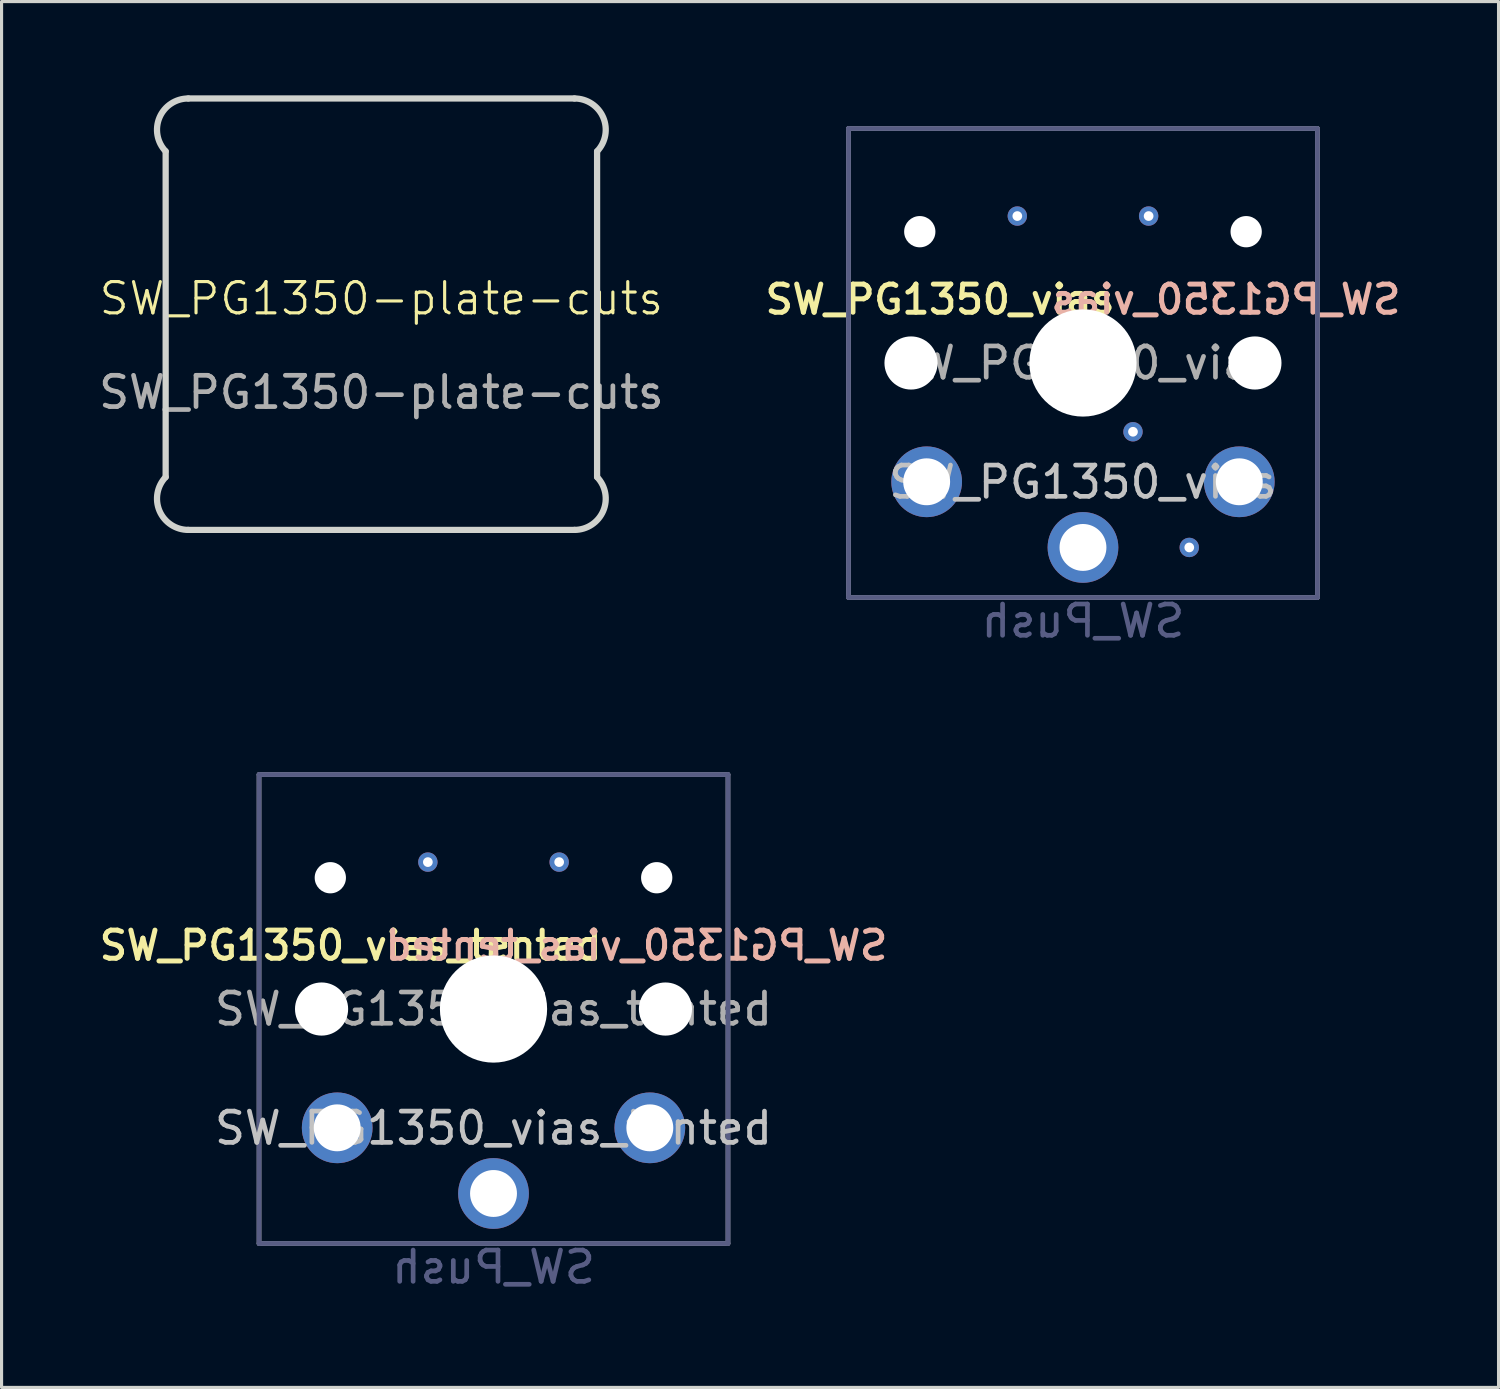
<source format=kicad_pcb>
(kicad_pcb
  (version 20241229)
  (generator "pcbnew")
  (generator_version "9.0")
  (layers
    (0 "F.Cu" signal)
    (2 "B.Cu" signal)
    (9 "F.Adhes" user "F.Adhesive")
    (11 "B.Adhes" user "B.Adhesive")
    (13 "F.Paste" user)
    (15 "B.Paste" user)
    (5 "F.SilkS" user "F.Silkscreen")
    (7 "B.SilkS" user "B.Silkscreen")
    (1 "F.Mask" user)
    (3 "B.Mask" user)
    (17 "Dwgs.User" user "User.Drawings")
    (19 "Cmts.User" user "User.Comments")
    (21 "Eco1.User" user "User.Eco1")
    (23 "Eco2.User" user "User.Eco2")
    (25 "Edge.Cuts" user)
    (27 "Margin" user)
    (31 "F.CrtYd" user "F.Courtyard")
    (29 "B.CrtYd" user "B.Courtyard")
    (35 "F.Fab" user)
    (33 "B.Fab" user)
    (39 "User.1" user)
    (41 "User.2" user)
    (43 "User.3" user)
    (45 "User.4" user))
  (footprint "SW_PG1350_vias_tented"
    (layer "F.Cu")
    (at 12.736 29.226)
    (property "Reference" "SW_PG1350_vias_tented" (at 0 3.81 180) (layer "Dwgs.User") (effects (font (size 1 1) (thickness 0.15))))
    (property "Value" "SW_Push" (at -0.07 8.17 180) (layer "Dwgs.User") (hide yes) (effects (font (size 1 1) (thickness 0.15))))
    (attr through_hole exclude_from_pos_files)
    (fp_line (start -9 8.136) (end -8.994 -8.1) (stroke (width 0.12) (type solid)) (layer "Eco1.User"))
    (fp_line (start -8.63 -8.5) (end 8.6 -8.5) (stroke (width 0.12) (type solid)) (layer "Eco1.User"))
    (fp_line (start -8.6 8.5) (end 8.636 8.5) (stroke (width 0.12) (type solid)) (layer "Eco1.User"))
    (fp_line (start -2.6 -3.1) (end -2.6 -6.3) (stroke (width 0.15) (type solid)) (layer "Eco1.User"))
    (fp_line (start -2.6 -3.1) (end 2.6 -3.1) (stroke (width 0.15) (type solid)) (layer "Eco1.User"))
    (fp_line (start 2.6 -6.3) (end -2.6 -6.3) (stroke (width 0.15) (type solid)) (layer "Eco1.User"))
    (fp_line (start 2.6 -3.1) (end 2.6 -6.3) (stroke (width 0.15) (type solid)) (layer "Eco1.User"))
    (fp_line (start 9 8.1) (end 9 -8.136) (stroke (width 0.12) (type solid)) (layer "Eco1.User"))
    (fp_arc (start -8.994011 -8.099594) (mid -8.898745 -8.378652) (end -8.63 -8.5) (stroke (width 0.12) (type solid)) (layer "Eco1.User"))
    (fp_arc (start -8.6 8.49968) (mid -8.879058 8.404414) (end -9.000406 8.135669) (stroke (width 0.12) (type solid)) (layer "Eco1.User"))
    (fp_arc (start 8.599915 -8.5) (mid 8.878978 -8.404734) (end 9.000321 -8.135989) (stroke (width 0.12) (type solid)) (layer "Eco1.User"))
    (fp_arc (start 9 8.1) (mid 8.904724 8.37905) (end 8.635989 8.500406) (stroke (width 0.12) (type solid)) (layer "Eco1.User"))
    (fp_line (start -7.5 -7.5) (end 7.5 -7.5) (stroke (width 0.15) (type solid)) (layer "B.Fab"))
    (fp_line (start -7.5 7.5) (end -7.5 -7.5) (stroke (width 0.15) (type solid)) (layer "B.Fab"))
    (fp_line (start 7.5 -7.5) (end 7.5 7.5) (stroke (width 0.15) (type solid)) (layer "B.Fab"))
    (fp_line (start 7.5 7.5) (end -7.5 7.5) (stroke (width 0.15) (type solid)) (layer "B.Fab"))
    (fp_line (start -7.5 -7.5) (end 7.5 -7.5) (stroke (width 0.15) (type solid)) (layer "F.Fab"))
    (fp_line (start -7.5 7.5) (end -7.5 -7.5) (stroke (width 0.15) (type solid)) (layer "F.Fab"))
    (fp_line (start 7.5 -7.5) (end 7.5 7.5) (stroke (width 0.15) (type solid)) (layer "F.Fab"))
    (fp_line (start 7.5 7.5) (end -7.5 7.5) (stroke (width 0.15) (type solid)) (layer "F.Fab"))
    (fp_line (start -6.9 6.9) (end -6.9 -6.9) (stroke (width 0.15) (type solid)) (layer "User.2"))
    (fp_line (start -6.9 6.9) (end 6.9 6.9) (stroke (width 0.15) (type solid)) (layer "User.2"))
    (fp_line (start -6.858 -6.858) (end -6.858 -4.826) (stroke (width 0.12) (type solid)) (layer "User.2"))
    (fp_line (start -6.858 -6.858) (end -4.826 -6.858) (stroke (width 0.12) (type solid)) (layer "User.2"))
    (fp_line (start 6.858 -6.858) (end 4.826 -6.858) (stroke (width 0.12) (type solid)) (layer "User.2"))
    (fp_line (start 6.858 -6.858) (end 6.858 -4.826) (stroke (width 0.12) (type solid)) (layer "User.2"))
    (fp_line (start 6.9 -6.9) (end -6.9 -6.9) (stroke (width 0.15) (type solid)) (layer "User.2"))
    (fp_line (start 6.9 -6.9) (end 6.9 6.9) (stroke (width 0.15) (type solid)) (layer "User.2"))
    (fp_text user "${REFERENCE}" (at -4.572 -2.032 0) (layer "F.SilkS") (effects (font (size 0.9 0.9) (thickness 0.16))))
    (fp_text user "${REFERENCE}" (at 4.572 -2.032 0) (layer "B.SilkS") (effects (font (size 0.9 0.9) (thickness 0.16)) (justify mirror)))
    (fp_text user "${VALUE}" (at 0 8.255 0) (layer "B.Fab") (effects (font (size 1 1) (thickness 0.15)) (justify mirror)))
    (fp_text user "${REFERENCE}" (at 0 0 180) (layer "F.Fab") (effects (font (size 1 1) (thickness 0.15))))
    (pad "" np_thru_hole circle (at -5.5 0) (size 1.7 1.7) (drill 1.7) (layers "*.Cu" "*.Mask"))
    (pad "" np_thru_hole circle (at -5.22 -4.2) (size 1 1) (drill 1) (layers "*.Cu" "*.Mask"))
    (pad "" np_thru_hole circle (at 0 0) (size 3.429 3.429) (drill 3.429) (layers "*.Cu" "*.Mask"))
    (pad "" np_thru_hole circle (at 5.22 -4.2) (size 1 1) (drill 1) (layers "*.Cu" "*.Mask"))
    (pad "" np_thru_hole circle (at 5.5 0) (size 1.7 1.7) (drill 1.7) (layers "*.Cu" "*.Mask"))
    (pad "1" thru_hole circle (at -5 3.8) (size 2.262 2.262) (drill 1.5) (layers "*.Cu" "*.Mask"))
    (pad "1" thru_hole circle (at 5 3.8) (size 2.262 2.262) (drill 1.5) (layers "*.Cu" "*.Mask"))
    (pad "2" thru_hole circle (at -2.1 -4.7) (size 0.62 0.62) (drill 0.31) (layers "*.Cu"))
    (pad "2" thru_hole circle (at 0 5.9) (size 2.262 2.262) (drill 1.5) (layers "*.Cu" "*.Mask"))
    (pad "3" thru_hole circle (at 2.1 -4.7) (size 0.62 0.62) (drill 0.31) (layers "*.Cu")))
  (footprint "SW_PG1350-plate-cuts"
    (layer "F.Cu")
    (at 9.149 7)
    (property "Reference" "SW_PG1350-plate-cuts" (at 0 -0.5 0) (unlocked yes) (layer "F.SilkS") (effects (font (size 1 1) (thickness 0.1))))
    (fp_line (start -6.9 5.209) (end -6.9 -5.209) (stroke (width 0.2) (type solid)) (layer "Edge.Cuts"))
    (fp_line (start -6.177 -6.9) (end 6.177 -6.9) (stroke (width 0.2) (type solid)) (layer "Edge.Cuts"))
    (fp_line (start 6.177 6.9) (end -6.177 6.9) (stroke (width 0.2) (type solid)) (layer "Edge.Cuts"))
    (fp_line (start 6.9 -5.209) (end 6.9 5.209) (stroke (width 0.2) (type solid)) (layer "Edge.Cuts"))
    (fp_arc (start -6.900001 -5.209287) (mid -7.096307 -6.293248) (end -6.176875 -6.900002) (stroke (width 0.2) (type solid)) (layer "Edge.Cuts"))
    (fp_arc (start -6.176874 6.899998) (mid -7.096307 6.293246) (end -6.900002 5.209284) (stroke (width 0.2) (type solid)) (layer "Edge.Cuts"))
    (fp_arc (start 6.176871 -6.900002) (mid 7.096289 -6.293264) (end 6.899999 -5.209288) (stroke (width 0.2) (type solid)) (layer "Edge.Cuts"))
    (fp_arc (start 6.899999 5.209284) (mid 7.096308 6.293248) (end 6.176871 6.899998) (stroke (width 0.2) (type solid)) (layer "Edge.Cuts"))
    (fp_text user "${REFERENCE}" (at 0 2.5 0) (unlocked yes) (layer "F.Fab") (effects (font (size 1 1) (thickness 0.15)))))
  (footprint "SW_PG1350_vias"
    (layer "F.Cu")
    (at 31.591 8.561)
    (property "Reference" "SW_PG1350_vias" (at 0 3.81 180) (layer "Dwgs.User") (effects (font (size 1 1) (thickness 0.15))))
    (property "Value" "SW_Push" (at -0.07 8.17 180) (layer "Dwgs.User") (hide yes) (effects (font (size 1 1) (thickness 0.15))))
    (attr through_hole exclude_from_pos_files)
    (fp_line (start -9 8.136) (end -8.994 -8.1) (stroke (width 0.12) (type solid)) (layer "Eco1.User"))
    (fp_line (start -8.63 -8.5) (end 8.6 -8.5) (stroke (width 0.12) (type solid)) (layer "Eco1.User"))
    (fp_line (start -8.6 8.5) (end 8.636 8.5) (stroke (width 0.12) (type solid)) (layer "Eco1.User"))
    (fp_line (start -2.6 -3.1) (end -2.6 -6.3) (stroke (width 0.15) (type solid)) (layer "Eco1.User"))
    (fp_line (start -2.6 -3.1) (end 2.6 -3.1) (stroke (width 0.15) (type solid)) (layer "Eco1.User"))
    (fp_line (start 2.6 -6.3) (end -2.6 -6.3) (stroke (width 0.15) (type solid)) (layer "Eco1.User"))
    (fp_line (start 2.6 -3.1) (end 2.6 -6.3) (stroke (width 0.15) (type solid)) (layer "Eco1.User"))
    (fp_line (start 9 8.1) (end 9 -8.136) (stroke (width 0.12) (type solid)) (layer "Eco1.User"))
    (fp_arc (start -8.994011 -8.099594) (mid -8.898745 -8.378652) (end -8.63 -8.5) (stroke (width 0.12) (type solid)) (layer "Eco1.User"))
    (fp_arc (start -8.6 8.49968) (mid -8.879058 8.404414) (end -9.000406 8.135669) (stroke (width 0.12) (type solid)) (layer "Eco1.User"))
    (fp_arc (start 8.599915 -8.5) (mid 8.878978 -8.404734) (end 9.000321 -8.135989) (stroke (width 0.12) (type solid)) (layer "Eco1.User"))
    (fp_arc (start 9 8.1) (mid 8.904724 8.37905) (end 8.635989 8.500406) (stroke (width 0.12) (type solid)) (layer "Eco1.User"))
    (fp_line (start -7.5 -7.5) (end 7.5 -7.5) (stroke (width 0.15) (type solid)) (layer "B.Fab"))
    (fp_line (start -7.5 7.5) (end -7.5 -7.5) (stroke (width 0.15) (type solid)) (layer "B.Fab"))
    (fp_line (start 7.5 -7.5) (end 7.5 7.5) (stroke (width 0.15) (type solid)) (layer "B.Fab"))
    (fp_line (start 7.5 7.5) (end -7.5 7.5) (stroke (width 0.15) (type solid)) (layer "B.Fab"))
    (fp_line (start -7.5 -7.5) (end 7.5 -7.5) (stroke (width 0.15) (type solid)) (layer "F.Fab"))
    (fp_line (start -7.5 7.5) (end -7.5 -7.5) (stroke (width 0.15) (type solid)) (layer "F.Fab"))
    (fp_line (start 7.5 -7.5) (end 7.5 7.5) (stroke (width 0.15) (type solid)) (layer "F.Fab"))
    (fp_line (start 7.5 7.5) (end -7.5 7.5) (stroke (width 0.15) (type solid)) (layer "F.Fab"))
    (fp_line (start -6.9 6.9) (end -6.9 -6.9) (stroke (width 0.15) (type solid)) (layer "User.2"))
    (fp_line (start -6.9 6.9) (end 6.9 6.9) (stroke (width 0.15) (type solid)) (layer "User.2"))
    (fp_line (start -6.858 -6.858) (end -6.858 -4.826) (stroke (width 0.12) (type solid)) (layer "User.2"))
    (fp_line (start -6.858 -6.858) (end -4.826 -6.858) (stroke (width 0.12) (type solid)) (layer "User.2"))
    (fp_line (start 6.858 -6.858) (end 4.826 -6.858) (stroke (width 0.12) (type solid)) (layer "User.2"))
    (fp_line (start 6.858 -6.858) (end 6.858 -4.826) (stroke (width 0.12) (type solid)) (layer "User.2"))
    (fp_line (start 6.9 -6.9) (end -6.9 -6.9) (stroke (width 0.15) (type solid)) (layer "User.2"))
    (fp_line (start 6.9 -6.9) (end 6.9 6.9) (stroke (width 0.15) (type solid)) (layer "User.2"))
    (fp_text user "${REFERENCE}" (at -4.572 -2.032 0) (layer "F.SilkS") (effects (font (size 0.9 0.9) (thickness 0.16))))
    (fp_text user "${REFERENCE}" (at 4.572 -2.032 0) (layer "B.SilkS") (effects (font (size 0.9 0.9) (thickness 0.16)) (justify mirror)))
    (fp_text user "${VALUE}" (at 0 8.255 0) (layer "B.Fab") (effects (font (size 1 1) (thickness 0.15)) (justify mirror)))
    (fp_text user "${REFERENCE}" (at 0 0 180) (layer "F.Fab") (effects (font (size 1 1) (thickness 0.15))))
    (pad "" np_thru_hole circle (at -5.5 0) (size 1.7 1.7) (drill 1.7) (layers "*.Cu" "*.Mask"))
    (pad "" np_thru_hole circle (at -5.22 -4.2) (size 1 1) (drill 1) (layers "*.Cu" "*.Mask"))
    (pad "" np_thru_hole circle (at 0 0) (size 3.429 3.429) (drill 3.429) (layers "*.Cu" "*.Mask"))
    (pad "" np_thru_hole circle (at 5.22 -4.2) (size 1 1) (drill 1) (layers "*.Cu" "*.Mask"))
    (pad "" np_thru_hole circle (at 5.5 0) (size 1.7 1.7) (drill 1.7) (layers "*.Cu" "*.Mask"))
    (pad "1" thru_hole circle (at 0 5.9) (size 2.262 2.262) (drill 1.5) (layers "*.Cu" "*.Mask"))
    (pad "1" thru_hole circle (at 3.4 5.9) (size 0.62 0.62) (drill 0.31) (layers "*.Cu" "*.Mask"))
    (pad "2" thru_hole circle (at -5 3.8) (size 2.262 2.262) (drill 1.5) (layers "*.Cu" "*.Mask"))
    (pad "2" thru_hole circle (at -2.1 -4.7) (size 0.62 0.62) (drill 0.31) (layers "*.Cu" "*.Mask"))
    (pad "2" thru_hole circle (at 1.6 2.2) (size 0.62 0.62) (drill 0.31) (layers "*.Cu" "*.Mask"))
    (pad "2" thru_hole circle (at 5 3.8) (size 2.262 2.262) (drill 1.5) (layers "*.Cu" "*.Mask"))
    (pad "3" thru_hole circle (at 2.1 -4.7) (size 0.62 0.62) (drill 0.31) (layers "*.Cu" "*.Mask")))
  (gr_rect
    (start -3 -3)
    (end 44.884 41.329)
    (stroke (width 0.1) (type default))
    (fill no)
    (layer "Edge.Cuts")))
</source>
